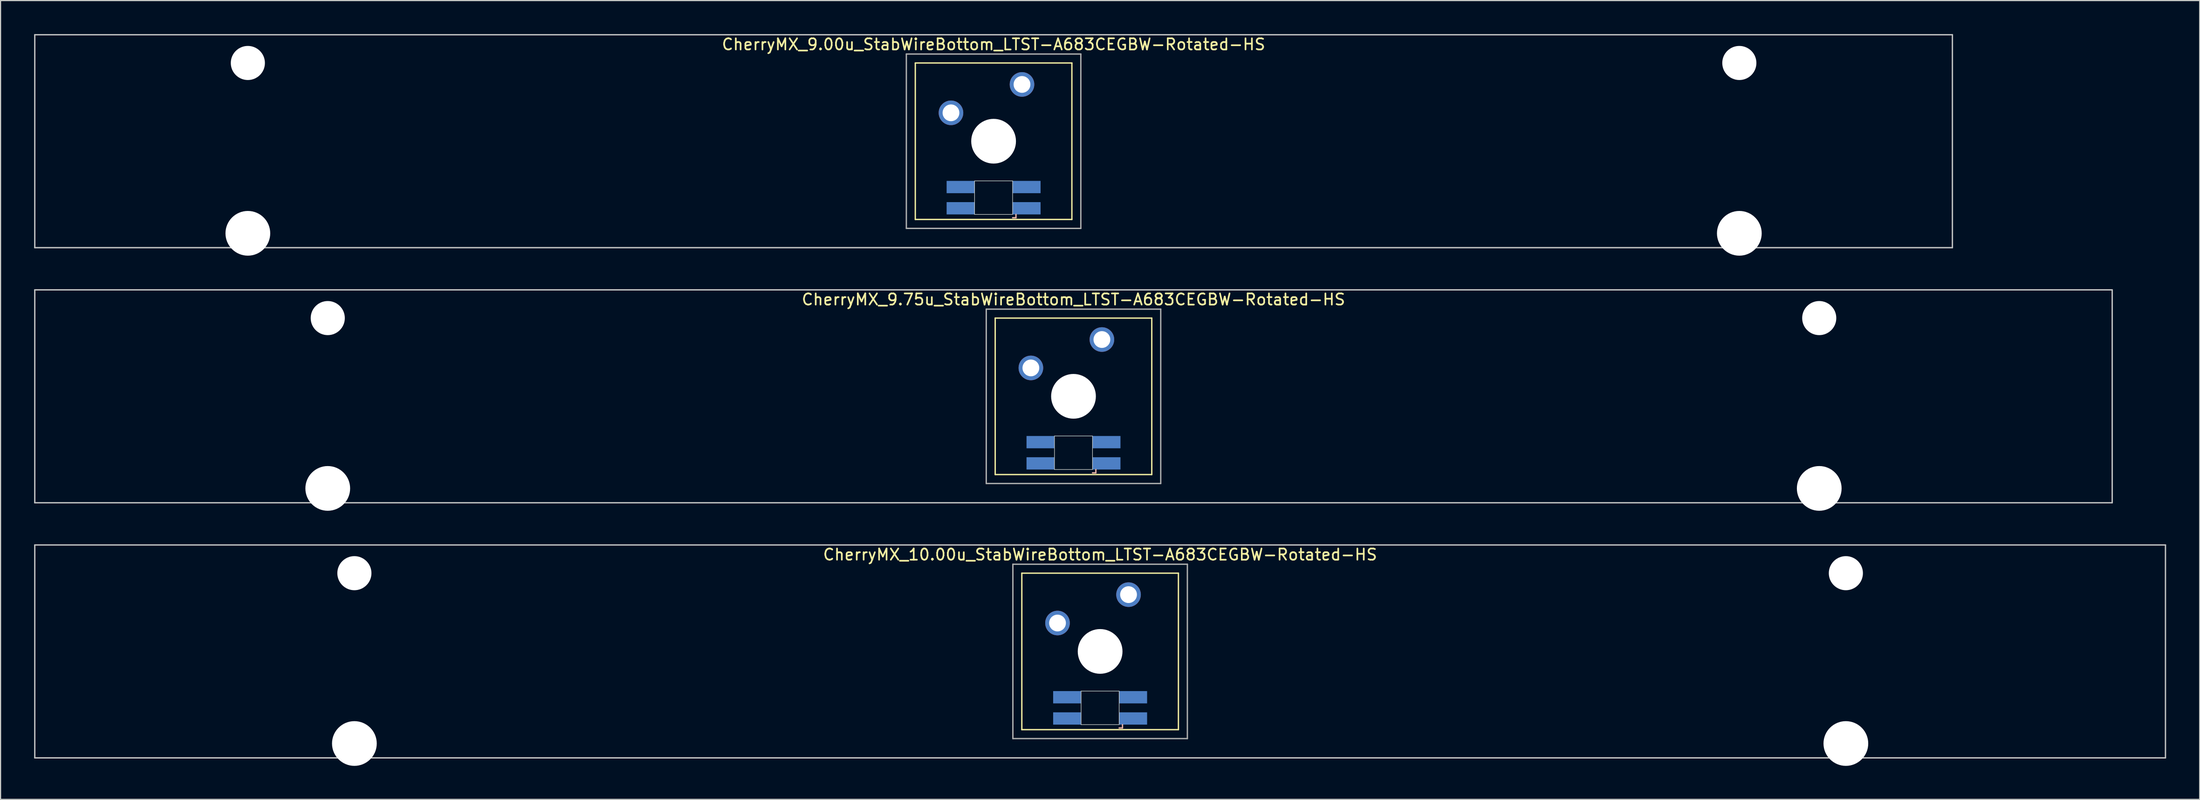
<source format=kicad_pcb>
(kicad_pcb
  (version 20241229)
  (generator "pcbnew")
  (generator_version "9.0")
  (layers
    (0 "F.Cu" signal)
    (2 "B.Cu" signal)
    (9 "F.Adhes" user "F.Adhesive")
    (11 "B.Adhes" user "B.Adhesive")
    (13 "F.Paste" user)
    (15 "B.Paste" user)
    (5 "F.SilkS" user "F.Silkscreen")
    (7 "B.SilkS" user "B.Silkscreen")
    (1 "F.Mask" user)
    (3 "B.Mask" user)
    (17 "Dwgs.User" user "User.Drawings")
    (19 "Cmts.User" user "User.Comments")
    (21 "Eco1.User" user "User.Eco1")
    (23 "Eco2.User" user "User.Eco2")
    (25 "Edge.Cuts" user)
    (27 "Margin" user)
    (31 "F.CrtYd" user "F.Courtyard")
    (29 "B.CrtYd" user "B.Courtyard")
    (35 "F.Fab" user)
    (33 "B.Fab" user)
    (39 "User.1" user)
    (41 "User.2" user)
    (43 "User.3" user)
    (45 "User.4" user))
  (footprint "CherryMX_9.75u_StabWireBottom_LTST-A683CEGBW-Rotated-HS"
    (layer "F.Cu")
    (at 92.929 32.41)
    (property "Reference" "CherryMX_9.75u_StabWireBottom_LTST-A683CEGBW-Rotated-HS" (at 0 -8.662 0) (layer "F.SilkS") (effects (font (size 1 1) (thickness 0.15))))
    (attr through_hole)
    (fp_line (start -7 -7) (end -7 7) (stroke (width 0.12) (type solid)) (layer "F.SilkS"))
    (fp_line (start -7 -7) (end 7 -7) (stroke (width 0.12) (type solid)) (layer "F.SilkS"))
    (fp_line (start 7 -7) (end 7 7) (stroke (width 0.12) (type solid)) (layer "F.SilkS"))
    (fp_line (start 7 7) (end -7 7) (stroke (width 0.12) (type solid)) (layer "F.SilkS"))
    (fp_line (start 1.7 6.85) (end 2 6.85) (stroke (width 0.12) (type solid)) (layer "B.SilkS"))
    (fp_line (start 2 6.85) (end 2 6.55) (stroke (width 0.12) (type solid)) (layer "B.SilkS"))
    (fp_line (start -92.869 -9.525) (end 92.869 -9.525) (stroke (width 0.12) (type solid)) (layer "Dwgs.User"))
    (fp_line (start -92.869 9.525) (end -92.869 -9.525) (stroke (width 0.12) (type solid)) (layer "Dwgs.User"))
    (fp_line (start 92.869 -9.525) (end 92.869 9.525) (stroke (width 0.12) (type solid)) (layer "Dwgs.User"))
    (fp_line (start 92.869 9.525) (end -92.869 9.525) (stroke (width 0.12) (type solid)) (layer "Dwgs.User"))
    (fp_line (start -1.7 3.55) (end 1.7 3.55) (stroke (width 0.05) (type solid)) (layer "Edge.Cuts"))
    (fp_line (start -1.7 6.55) (end -1.7 3.55) (stroke (width 0.05) (type solid)) (layer "Edge.Cuts"))
    (fp_line (start 1.7 3.55) (end 1.7 6.55) (stroke (width 0.05) (type solid)) (layer "Edge.Cuts"))
    (fp_line (start 1.7 6.55) (end -1.7 6.55) (stroke (width 0.05) (type solid)) (layer "Edge.Cuts"))
    (fp_line (start -7.8 -7.8) (end -7.8 7.8) (stroke (width 0.12) (type solid)) (layer "F.Fab"))
    (fp_line (start -7.8 -7.8) (end 7.8 -7.8) (stroke (width 0.12) (type solid)) (layer "F.Fab"))
    (fp_line (start -7.8 7.8) (end 7.8 7.8) (stroke (width 0.12) (type solid)) (layer "F.Fab"))
    (fp_line (start 7.8 -7.8) (end 7.8 7.8) (stroke (width 0.12) (type solid)) (layer "F.Fab"))
    (pad "" np_thru_hole circle (at -66.675 -7) (size 3.05 3.05) (drill 3.05) (layers "*.Cu" "*.Mask"))
    (pad "" np_thru_hole circle (at -66.675 8.24) (size 4 4) (drill 4) (layers "*.Cu" "*.Mask"))
    (pad "" np_thru_hole circle (at 0 0) (size 4 4) (drill 4) (layers "*.Cu" "*.Mask"))
    (pad "" np_thru_hole circle (at 66.675 -7) (size 3.05 3.05) (drill 3.05) (layers "*.Cu" "*.Mask"))
    (pad "" np_thru_hole circle (at 66.675 8.24) (size 4 4) (drill 4) (layers "*.Cu" "*.Mask"))
    (pad "1" thru_hole circle (at -3.81 -2.54) (size 2.2 2.2) (drill 1.5) (layers "*.Cu" "*.Mask"))
    (pad "2" thru_hole circle (at 2.54 -5.08) (size 2.2 2.2) (drill 1.5) (layers "*.Cu" "*.Mask"))
    (pad "3" smd rect (at 2.95 6) (size 2.5 1.1) (layers "B.Cu" "B.Mask" "B.Paste"))
    (pad "4" smd rect (at 2.95 4.1) (size 2.5 1.1) (layers "B.Cu" "B.Mask" "B.Paste"))
    (pad "5" smd rect (at -2.95 6) (size 2.5 1.1) (layers "B.Cu" "B.Mask" "B.Paste"))
    (pad "6" smd rect (at -2.95 4.1) (size 2.5 1.1) (layers "B.Cu" "B.Mask" "B.Paste")))
  (footprint "CherryMX_10.00u_StabWireBottom_LTST-A683CEGBW-Rotated-HS"
    (layer "F.Cu")
    (at 95.31 55.235)
    (property "Reference" "CherryMX_10.00u_StabWireBottom_LTST-A683CEGBW-Rotated-HS" (at 0 -8.662 0) (layer "F.SilkS") (effects (font (size 1 1) (thickness 0.15))))
    (attr through_hole)
    (fp_line (start -7 -7) (end -7 7) (stroke (width 0.12) (type solid)) (layer "F.SilkS"))
    (fp_line (start -7 -7) (end 7 -7) (stroke (width 0.12) (type solid)) (layer "F.SilkS"))
    (fp_line (start 7 -7) (end 7 7) (stroke (width 0.12) (type solid)) (layer "F.SilkS"))
    (fp_line (start 7 7) (end -7 7) (stroke (width 0.12) (type solid)) (layer "F.SilkS"))
    (fp_line (start 1.7 6.85) (end 2 6.85) (stroke (width 0.12) (type solid)) (layer "B.SilkS"))
    (fp_line (start 2 6.85) (end 2 6.55) (stroke (width 0.12) (type solid)) (layer "B.SilkS"))
    (fp_line (start -95.25 -9.525) (end 95.25 -9.525) (stroke (width 0.12) (type solid)) (layer "Dwgs.User"))
    (fp_line (start -95.25 9.525) (end -95.25 -9.525) (stroke (width 0.12) (type solid)) (layer "Dwgs.User"))
    (fp_line (start 95.25 -9.525) (end 95.25 9.525) (stroke (width 0.12) (type solid)) (layer "Dwgs.User"))
    (fp_line (start 95.25 9.525) (end -95.25 9.525) (stroke (width 0.12) (type solid)) (layer "Dwgs.User"))
    (fp_line (start -1.7 3.55) (end 1.7 3.55) (stroke (width 0.05) (type solid)) (layer "Edge.Cuts"))
    (fp_line (start -1.7 6.55) (end -1.7 3.55) (stroke (width 0.05) (type solid)) (layer "Edge.Cuts"))
    (fp_line (start 1.7 3.55) (end 1.7 6.55) (stroke (width 0.05) (type solid)) (layer "Edge.Cuts"))
    (fp_line (start 1.7 6.55) (end -1.7 6.55) (stroke (width 0.05) (type solid)) (layer "Edge.Cuts"))
    (fp_line (start -7.8 -7.8) (end -7.8 7.8) (stroke (width 0.12) (type solid)) (layer "F.Fab"))
    (fp_line (start -7.8 -7.8) (end 7.8 -7.8) (stroke (width 0.12) (type solid)) (layer "F.Fab"))
    (fp_line (start -7.8 7.8) (end 7.8 7.8) (stroke (width 0.12) (type solid)) (layer "F.Fab"))
    (fp_line (start 7.8 -7.8) (end 7.8 7.8) (stroke (width 0.12) (type solid)) (layer "F.Fab"))
    (pad "" np_thru_hole circle (at -66.675 -7) (size 3.05 3.05) (drill 3.05) (layers "*.Cu" "*.Mask"))
    (pad "" np_thru_hole circle (at -66.675 8.24) (size 4 4) (drill 4) (layers "*.Cu" "*.Mask"))
    (pad "" np_thru_hole circle (at 0 0) (size 4 4) (drill 4) (layers "*.Cu" "*.Mask"))
    (pad "" np_thru_hole circle (at 66.675 -7) (size 3.05 3.05) (drill 3.05) (layers "*.Cu" "*.Mask"))
    (pad "" np_thru_hole circle (at 66.675 8.24) (size 4 4) (drill 4) (layers "*.Cu" "*.Mask"))
    (pad "1" thru_hole circle (at -3.81 -2.54) (size 2.2 2.2) (drill 1.5) (layers "*.Cu" "*.Mask"))
    (pad "2" thru_hole circle (at 2.54 -5.08) (size 2.2 2.2) (drill 1.5) (layers "*.Cu" "*.Mask"))
    (pad "3" smd rect (at 2.95 6) (size 2.5 1.1) (layers "B.Cu" "B.Mask" "B.Paste"))
    (pad "4" smd rect (at 2.95 4.1) (size 2.5 1.1) (layers "B.Cu" "B.Mask" "B.Paste"))
    (pad "5" smd rect (at -2.95 6) (size 2.5 1.1) (layers "B.Cu" "B.Mask" "B.Paste"))
    (pad "6" smd rect (at -2.95 4.1) (size 2.5 1.1) (layers "B.Cu" "B.Mask" "B.Paste")))
  (footprint "CherryMX_9.00u_StabWireBottom_LTST-A683CEGBW-Rotated-HS"
    (layer "F.Cu")
    (at 85.785 9.585)
    (property "Reference" "CherryMX_9.00u_StabWireBottom_LTST-A683CEGBW-Rotated-HS" (at 0 -8.662 0) (layer "F.SilkS") (effects (font (size 1 1) (thickness 0.15))))
    (attr through_hole)
    (fp_line (start -7 -7) (end -7 7) (stroke (width 0.12) (type solid)) (layer "F.SilkS"))
    (fp_line (start -7 -7) (end 7 -7) (stroke (width 0.12) (type solid)) (layer "F.SilkS"))
    (fp_line (start 7 -7) (end 7 7) (stroke (width 0.12) (type solid)) (layer "F.SilkS"))
    (fp_line (start 7 7) (end -7 7) (stroke (width 0.12) (type solid)) (layer "F.SilkS"))
    (fp_line (start 1.7 6.85) (end 2 6.85) (stroke (width 0.12) (type solid)) (layer "B.SilkS"))
    (fp_line (start 2 6.85) (end 2 6.55) (stroke (width 0.12) (type solid)) (layer "B.SilkS"))
    (fp_line (start -85.725 -9.525) (end 85.725 -9.525) (stroke (width 0.12) (type solid)) (layer "Dwgs.User"))
    (fp_line (start -85.725 9.525) (end -85.725 -9.525) (stroke (width 0.12) (type solid)) (layer "Dwgs.User"))
    (fp_line (start 85.725 -9.525) (end 85.725 9.525) (stroke (width 0.12) (type solid)) (layer "Dwgs.User"))
    (fp_line (start 85.725 9.525) (end -85.725 9.525) (stroke (width 0.12) (type solid)) (layer "Dwgs.User"))
    (fp_line (start -1.7 3.55) (end 1.7 3.55) (stroke (width 0.05) (type solid)) (layer "Edge.Cuts"))
    (fp_line (start -1.7 6.55) (end -1.7 3.55) (stroke (width 0.05) (type solid)) (layer "Edge.Cuts"))
    (fp_line (start 1.7 3.55) (end 1.7 6.55) (stroke (width 0.05) (type solid)) (layer "Edge.Cuts"))
    (fp_line (start 1.7 6.55) (end -1.7 6.55) (stroke (width 0.05) (type solid)) (layer "Edge.Cuts"))
    (fp_line (start -7.8 -7.8) (end -7.8 7.8) (stroke (width 0.12) (type solid)) (layer "F.Fab"))
    (fp_line (start -7.8 -7.8) (end 7.8 -7.8) (stroke (width 0.12) (type solid)) (layer "F.Fab"))
    (fp_line (start -7.8 7.8) (end 7.8 7.8) (stroke (width 0.12) (type solid)) (layer "F.Fab"))
    (fp_line (start 7.8 -7.8) (end 7.8 7.8) (stroke (width 0.12) (type solid)) (layer "F.Fab"))
    (pad "" np_thru_hole circle (at -66.675 -7) (size 3.05 3.05) (drill 3.05) (layers "*.Cu" "*.Mask"))
    (pad "" np_thru_hole circle (at -66.675 8.24) (size 4 4) (drill 4) (layers "*.Cu" "*.Mask"))
    (pad "" np_thru_hole circle (at 0 0) (size 4 4) (drill 4) (layers "*.Cu" "*.Mask"))
    (pad "" np_thru_hole circle (at 66.675 -7) (size 3.05 3.05) (drill 3.05) (layers "*.Cu" "*.Mask"))
    (pad "" np_thru_hole circle (at 66.675 8.24) (size 4 4) (drill 4) (layers "*.Cu" "*.Mask"))
    (pad "1" thru_hole circle (at -3.81 -2.54) (size 2.2 2.2) (drill 1.5) (layers "*.Cu" "*.Mask"))
    (pad "2" thru_hole circle (at 2.54 -5.08) (size 2.2 2.2) (drill 1.5) (layers "*.Cu" "*.Mask"))
    (pad "3" smd rect (at 2.95 6) (size 2.5 1.1) (layers "B.Cu" "B.Mask" "B.Paste"))
    (pad "4" smd rect (at 2.95 4.1) (size 2.5 1.1) (layers "B.Cu" "B.Mask" "B.Paste"))
    (pad "5" smd rect (at -2.95 6) (size 2.5 1.1) (layers "B.Cu" "B.Mask" "B.Paste"))
    (pad "6" smd rect (at -2.95 4.1) (size 2.5 1.1) (layers "B.Cu" "B.Mask" "B.Paste")))
  (gr_rect
    (start -3 -3)
    (end 193.62 68.475)
    (stroke (width 0.1) (type default))
    (fill no)
    (layer "Edge.Cuts")))
</source>
